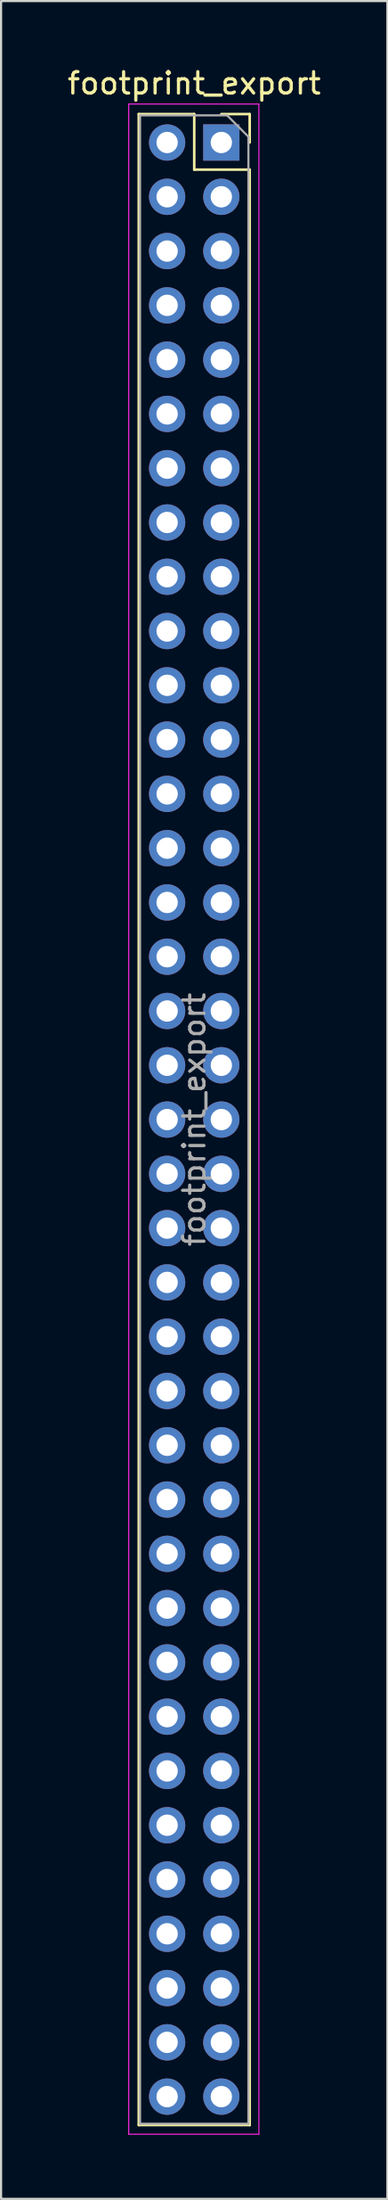
<source format=kicad_pcb>
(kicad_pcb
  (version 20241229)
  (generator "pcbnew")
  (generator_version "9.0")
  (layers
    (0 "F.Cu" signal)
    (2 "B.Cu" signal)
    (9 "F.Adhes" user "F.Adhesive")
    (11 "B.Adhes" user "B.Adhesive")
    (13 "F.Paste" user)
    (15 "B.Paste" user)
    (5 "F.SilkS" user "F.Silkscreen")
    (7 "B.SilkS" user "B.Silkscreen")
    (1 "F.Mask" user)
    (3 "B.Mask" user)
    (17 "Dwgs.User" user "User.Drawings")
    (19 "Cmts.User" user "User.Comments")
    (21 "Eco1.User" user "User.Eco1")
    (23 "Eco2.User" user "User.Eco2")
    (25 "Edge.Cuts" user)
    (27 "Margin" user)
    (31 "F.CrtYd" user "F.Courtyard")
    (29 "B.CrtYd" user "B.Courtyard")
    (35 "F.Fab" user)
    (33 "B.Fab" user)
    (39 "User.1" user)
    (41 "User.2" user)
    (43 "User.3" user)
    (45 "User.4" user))
  (footprint "footprint_export"
    (layer "F.Cu")
    (at 7.324 3.618)
    (property "Reference" "footprint_export" (at -1.27 -2.77 0) (layer "F.SilkS") (effects (font (size 1 1) (thickness 0.15))))
    (attr through_hole)
    (fp_line (start -3.87 -1.33) (end -3.87 92.77) (stroke (width 0.12) (type solid)) (layer "F.SilkS"))
    (fp_line (start -3.87 -1.33) (end -1.27 -1.33) (stroke (width 0.12) (type solid)) (layer "F.SilkS"))
    (fp_line (start -3.87 92.77) (end 1.33 92.77) (stroke (width 0.12) (type solid)) (layer "F.SilkS"))
    (fp_line (start -1.27 -1.33) (end -1.27 1.27) (stroke (width 0.12) (type solid)) (layer "F.SilkS"))
    (fp_line (start -1.27 1.27) (end 1.33 1.27) (stroke (width 0.12) (type solid)) (layer "F.SilkS"))
    (fp_line (start 0 -1.33) (end 1.33 -1.33) (stroke (width 0.12) (type solid)) (layer "F.SilkS"))
    (fp_line (start 1.33 -1.33) (end 1.33 0) (stroke (width 0.12) (type solid)) (layer "F.SilkS"))
    (fp_line (start 1.33 1.27) (end 1.33 92.77) (stroke (width 0.12) (type solid)) (layer "F.SilkS"))
    (fp_line (start -4.34 -1.8) (end 1.76 -1.8) (stroke (width 0.05) (type solid)) (layer "F.CrtYd"))
    (fp_line (start -4.34 93.2) (end -4.34 -1.8) (stroke (width 0.05) (type solid)) (layer "F.CrtYd"))
    (fp_line (start 1.76 -1.8) (end 1.76 93.2) (stroke (width 0.05) (type solid)) (layer "F.CrtYd"))
    (fp_line (start 1.76 93.2) (end -4.34 93.2) (stroke (width 0.05) (type solid)) (layer "F.CrtYd"))
    (fp_line (start -3.81 -1.27) (end 0.27 -1.27) (stroke (width 0.1) (type solid)) (layer "F.Fab"))
    (fp_line (start -3.81 92.71) (end -3.81 -1.27) (stroke (width 0.1) (type solid)) (layer "F.Fab"))
    (fp_line (start 0.27 -1.27) (end 1.27 -0.27) (stroke (width 0.1) (type solid)) (layer "F.Fab"))
    (fp_line (start 1.27 -0.27) (end 1.27 92.71) (stroke (width 0.1) (type solid)) (layer "F.Fab"))
    (fp_line (start 1.27 92.71) (end -3.81 92.71) (stroke (width 0.1) (type solid)) (layer "F.Fab"))
    (fp_text user "${REFERENCE}" (at -1.27 45.72 90) (layer "F.Fab") (effects (font (size 1 1) (thickness 0.15))))
    (pad "1" thru_hole rect (at 0 0) (size 1.7 1.7) (drill 1) (layers "*.Cu" "*.Mask"))
    (pad "2" thru_hole oval (at -2.54 0) (size 1.7 1.7) (drill 1) (layers "*.Cu" "*.Mask"))
    (pad "3" thru_hole oval (at 0 2.54) (size 1.7 1.7) (drill 1) (layers "*.Cu" "*.Mask"))
    (pad "4" thru_hole oval (at -2.54 2.54) (size 1.7 1.7) (drill 1) (layers "*.Cu" "*.Mask"))
    (pad "5" thru_hole oval (at 0 5.08) (size 1.7 1.7) (drill 1) (layers "*.Cu" "*.Mask"))
    (pad "6" thru_hole oval (at -2.54 5.08) (size 1.7 1.7) (drill 1) (layers "*.Cu" "*.Mask"))
    (pad "7" thru_hole oval (at 0 7.62) (size 1.7 1.7) (drill 1) (layers "*.Cu" "*.Mask"))
    (pad "8" thru_hole oval (at -2.54 7.62) (size 1.7 1.7) (drill 1) (layers "*.Cu" "*.Mask"))
    (pad "9" thru_hole oval (at 0 10.16) (size 1.7 1.7) (drill 1) (layers "*.Cu" "*.Mask"))
    (pad "10" thru_hole oval (at -2.54 10.16) (size 1.7 1.7) (drill 1) (layers "*.Cu" "*.Mask"))
    (pad "11" thru_hole oval (at 0 12.7) (size 1.7 1.7) (drill 1) (layers "*.Cu" "*.Mask"))
    (pad "12" thru_hole oval (at -2.54 12.7) (size 1.7 1.7) (drill 1) (layers "*.Cu" "*.Mask"))
    (pad "13" thru_hole oval (at 0 15.24) (size 1.7 1.7) (drill 1) (layers "*.Cu" "*.Mask"))
    (pad "14" thru_hole oval (at -2.54 15.24) (size 1.7 1.7) (drill 1) (layers "*.Cu" "*.Mask"))
    (pad "15" thru_hole oval (at 0 17.78) (size 1.7 1.7) (drill 1) (layers "*.Cu" "*.Mask"))
    (pad "16" thru_hole oval (at -2.54 17.78) (size 1.7 1.7) (drill 1) (layers "*.Cu" "*.Mask"))
    (pad "17" thru_hole oval (at 0 20.32) (size 1.7 1.7) (drill 1) (layers "*.Cu" "*.Mask"))
    (pad "18" thru_hole oval (at -2.54 20.32) (size 1.7 1.7) (drill 1) (layers "*.Cu" "*.Mask"))
    (pad "19" thru_hole oval (at 0 22.86) (size 1.7 1.7) (drill 1) (layers "*.Cu" "*.Mask"))
    (pad "20" thru_hole oval (at -2.54 22.86) (size 1.7 1.7) (drill 1) (layers "*.Cu" "*.Mask"))
    (pad "21" thru_hole oval (at 0 25.4) (size 1.7 1.7) (drill 1) (layers "*.Cu" "*.Mask"))
    (pad "22" thru_hole oval (at -2.54 25.4) (size 1.7 1.7) (drill 1) (layers "*.Cu" "*.Mask"))
    (pad "23" thru_hole oval (at 0 27.94) (size 1.7 1.7) (drill 1) (layers "*.Cu" "*.Mask"))
    (pad "24" thru_hole oval (at -2.54 27.94) (size 1.7 1.7) (drill 1) (layers "*.Cu" "*.Mask"))
    (pad "25" thru_hole oval (at 0 30.48) (size 1.7 1.7) (drill 1) (layers "*.Cu" "*.Mask"))
    (pad "26" thru_hole oval (at -2.54 30.48) (size 1.7 1.7) (drill 1) (layers "*.Cu" "*.Mask"))
    (pad "27" thru_hole oval (at 0 33.02) (size 1.7 1.7) (drill 1) (layers "*.Cu" "*.Mask"))
    (pad "28" thru_hole oval (at -2.54 33.02) (size 1.7 1.7) (drill 1) (layers "*.Cu" "*.Mask"))
    (pad "29" thru_hole oval (at 0 35.56) (size 1.7 1.7) (drill 1) (layers "*.Cu" "*.Mask"))
    (pad "30" thru_hole oval (at -2.54 35.56) (size 1.7 1.7) (drill 1) (layers "*.Cu" "*.Mask"))
    (pad "31" thru_hole oval (at 0 38.1) (size 1.7 1.7) (drill 1) (layers "*.Cu" "*.Mask"))
    (pad "32" thru_hole oval (at -2.54 38.1) (size 1.7 1.7) (drill 1) (layers "*.Cu" "*.Mask"))
    (pad "33" thru_hole oval (at 0 40.64) (size 1.7 1.7) (drill 1) (layers "*.Cu" "*.Mask"))
    (pad "34" thru_hole oval (at -2.54 40.64) (size 1.7 1.7) (drill 1) (layers "*.Cu" "*.Mask"))
    (pad "35" thru_hole oval (at 0 43.18) (size 1.7 1.7) (drill 1) (layers "*.Cu" "*.Mask"))
    (pad "36" thru_hole oval (at -2.54 43.18) (size 1.7 1.7) (drill 1) (layers "*.Cu" "*.Mask"))
    (pad "37" thru_hole oval (at 0 45.72) (size 1.7 1.7) (drill 1) (layers "*.Cu" "*.Mask"))
    (pad "38" thru_hole oval (at -2.54 45.72) (size 1.7 1.7) (drill 1) (layers "*.Cu" "*.Mask"))
    (pad "39" thru_hole oval (at 0 48.26) (size 1.7 1.7) (drill 1) (layers "*.Cu" "*.Mask"))
    (pad "40" thru_hole oval (at -2.54 48.26) (size 1.7 1.7) (drill 1) (layers "*.Cu" "*.Mask"))
    (pad "41" thru_hole oval (at 0 50.8) (size 1.7 1.7) (drill 1) (layers "*.Cu" "*.Mask"))
    (pad "42" thru_hole oval (at -2.54 50.8) (size 1.7 1.7) (drill 1) (layers "*.Cu" "*.Mask"))
    (pad "43" thru_hole oval (at 0 53.34) (size 1.7 1.7) (drill 1) (layers "*.Cu" "*.Mask"))
    (pad "44" thru_hole oval (at -2.54 53.34) (size 1.7 1.7) (drill 1) (layers "*.Cu" "*.Mask"))
    (pad "45" thru_hole oval (at 0 55.88) (size 1.7 1.7) (drill 1) (layers "*.Cu" "*.Mask"))
    (pad "46" thru_hole oval (at -2.54 55.88) (size 1.7 1.7) (drill 1) (layers "*.Cu" "*.Mask"))
    (pad "47" thru_hole oval (at 0 58.42) (size 1.7 1.7) (drill 1) (layers "*.Cu" "*.Mask"))
    (pad "48" thru_hole oval (at -2.54 58.42) (size 1.7 1.7) (drill 1) (layers "*.Cu" "*.Mask"))
    (pad "49" thru_hole oval (at 0 60.96) (size 1.7 1.7) (drill 1) (layers "*.Cu" "*.Mask"))
    (pad "50" thru_hole oval (at -2.54 60.96) (size 1.7 1.7) (drill 1) (layers "*.Cu" "*.Mask"))
    (pad "51" thru_hole oval (at 0 63.5) (size 1.7 1.7) (drill 1) (layers "*.Cu" "*.Mask"))
    (pad "52" thru_hole oval (at -2.54 63.5) (size 1.7 1.7) (drill 1) (layers "*.Cu" "*.Mask"))
    (pad "53" thru_hole oval (at 0 66.04) (size 1.7 1.7) (drill 1) (layers "*.Cu" "*.Mask"))
    (pad "54" thru_hole oval (at -2.54 66.04) (size 1.7 1.7) (drill 1) (layers "*.Cu" "*.Mask"))
    (pad "55" thru_hole oval (at 0 68.58) (size 1.7 1.7) (drill 1) (layers "*.Cu" "*.Mask"))
    (pad "56" thru_hole oval (at -2.54 68.58) (size 1.7 1.7) (drill 1) (layers "*.Cu" "*.Mask"))
    (pad "57" thru_hole oval (at 0 71.12) (size 1.7 1.7) (drill 1) (layers "*.Cu" "*.Mask"))
    (pad "58" thru_hole oval (at -2.54 71.12) (size 1.7 1.7) (drill 1) (layers "*.Cu" "*.Mask"))
    (pad "59" thru_hole oval (at 0 73.66) (size 1.7 1.7) (drill 1) (layers "*.Cu" "*.Mask"))
    (pad "60" thru_hole oval (at -2.54 73.66) (size 1.7 1.7) (drill 1) (layers "*.Cu" "*.Mask"))
    (pad "61" thru_hole oval (at 0 76.2) (size 1.7 1.7) (drill 1) (layers "*.Cu" "*.Mask"))
    (pad "62" thru_hole oval (at -2.54 76.2) (size 1.7 1.7) (drill 1) (layers "*.Cu" "*.Mask"))
    (pad "63" thru_hole oval (at 0 78.74) (size 1.7 1.7) (drill 1) (layers "*.Cu" "*.Mask"))
    (pad "64" thru_hole oval (at -2.54 78.74) (size 1.7 1.7) (drill 1) (layers "*.Cu" "*.Mask"))
    (pad "65" thru_hole oval (at 0 81.28) (size 1.7 1.7) (drill 1) (layers "*.Cu" "*.Mask"))
    (pad "66" thru_hole oval (at -2.54 81.28) (size 1.7 1.7) (drill 1) (layers "*.Cu" "*.Mask"))
    (pad "67" thru_hole oval (at 0 83.82) (size 1.7 1.7) (drill 1) (layers "*.Cu" "*.Mask"))
    (pad "68" thru_hole oval (at -2.54 83.82) (size 1.7 1.7) (drill 1) (layers "*.Cu" "*.Mask"))
    (pad "69" thru_hole oval (at 0 86.36) (size 1.7 1.7) (drill 1) (layers "*.Cu" "*.Mask"))
    (pad "70" thru_hole oval (at -2.54 86.36) (size 1.7 1.7) (drill 1) (layers "*.Cu" "*.Mask"))
    (pad "71" thru_hole oval (at 0 88.9) (size 1.7 1.7) (drill 1) (layers "*.Cu" "*.Mask"))
    (pad "72" thru_hole oval (at -2.54 88.9) (size 1.7 1.7) (drill 1) (layers "*.Cu" "*.Mask"))
    (pad "73" thru_hole oval (at 0 91.44) (size 1.7 1.7) (drill 1) (layers "*.Cu" "*.Mask"))
    (pad "74" thru_hole oval (at -2.54 91.44) (size 1.7 1.7) (drill 1) (layers "*.Cu" "*.Mask")))
  (gr_rect
    (start -3 -3)
    (end 15.107 99.843)
    (stroke (width 0.1) (type default))
    (fill no)
    (layer "Edge.Cuts")))
</source>
